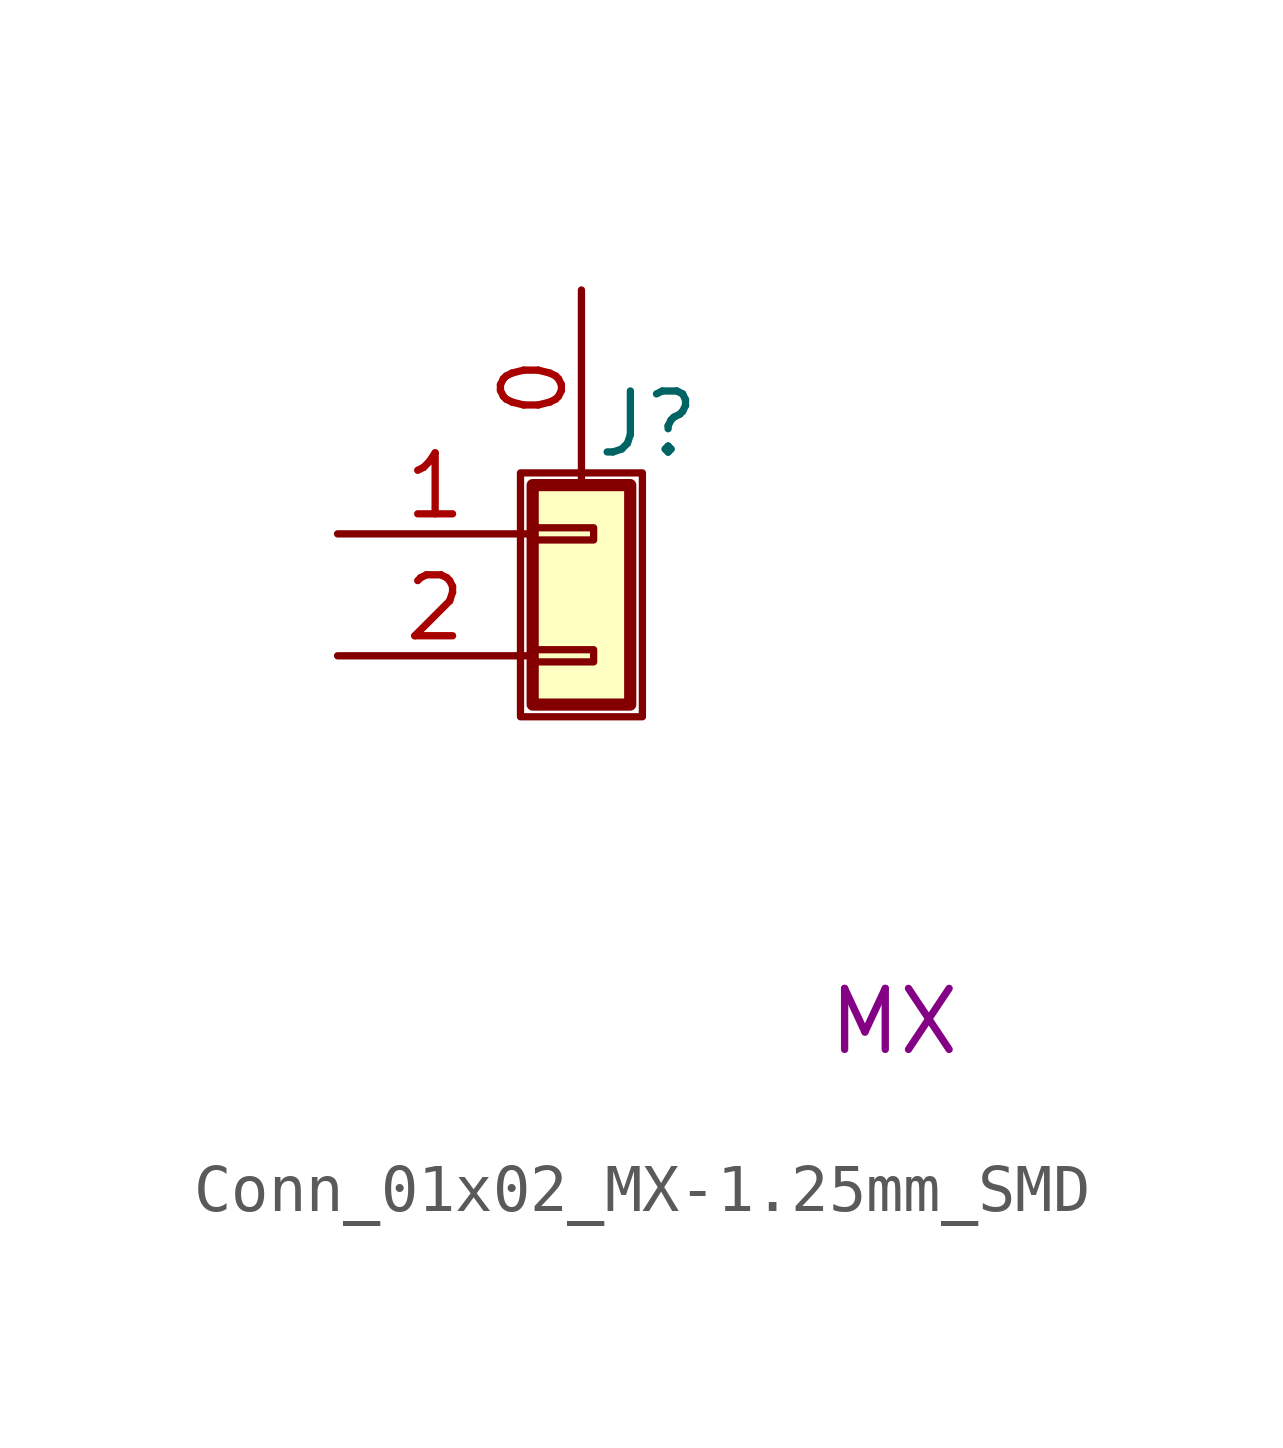
<source format=kicad_sym>
(kicad_symbol_lib
  (version 20211014)
  (generator kicad_symbol_editor)
  (symbol "Conn_01x02_MX-1.25mm_SMD"
    (pin_names
      (offset 1.016) hide)
    (property "Reference" "J"
      (at 0.254 4.826 0)
      (effects (font (size 1.27 1.27)) (justify left)))
    (property "Symbol" "MX"
      (at 5.08 -7.62 0)
      (effects (font (size 1.27 1.27)) (justify left)))
    (symbol "Conn_01x02_MX-1.25mm_SMD_1_1"
      (rectangle (start -1.27 3.81) (end 1.27 -1.27) (stroke (width 0.152) (type default) (color 0 0 0 0)) (fill (type none)))
      (rectangle (start -1.016 0.127) (end 0.254 -0.127) (stroke (width 0.152) (type default) (color 0 0 0 0)) (fill (type none)))
      (rectangle (start -1.016 2.667) (end 0.254 2.413) (stroke (width 0.152) (type default) (color 0 0 0 0)) (fill (type none)))
      (rectangle (start -1.016 3.556) (end 1.016 -1.016) (stroke (width 0.254) (type default) (color 0 0 0 0)) (fill (type background)))
      (pin passive line (at 0 7.62 270) (length 4.064) (name "Pin_0" (effects (font (size 1.27 1.27)))) (number "0" (effects (font (size 1.27 1.27)))))
      (pin passive line (at -5.08 2.54 0) (length 4.064) (name "Pin_1" (effects (font (size 1.27 1.27)))) (number "1" (effects (font (size 1.27 1.27)))))
      (pin passive line (at -5.08 0 0) (length 4.064) (name "Pin_2" (effects (font (size 1.27 1.27)))) (number "2" (effects (font (size 1.27 1.27))))))))
</source>
